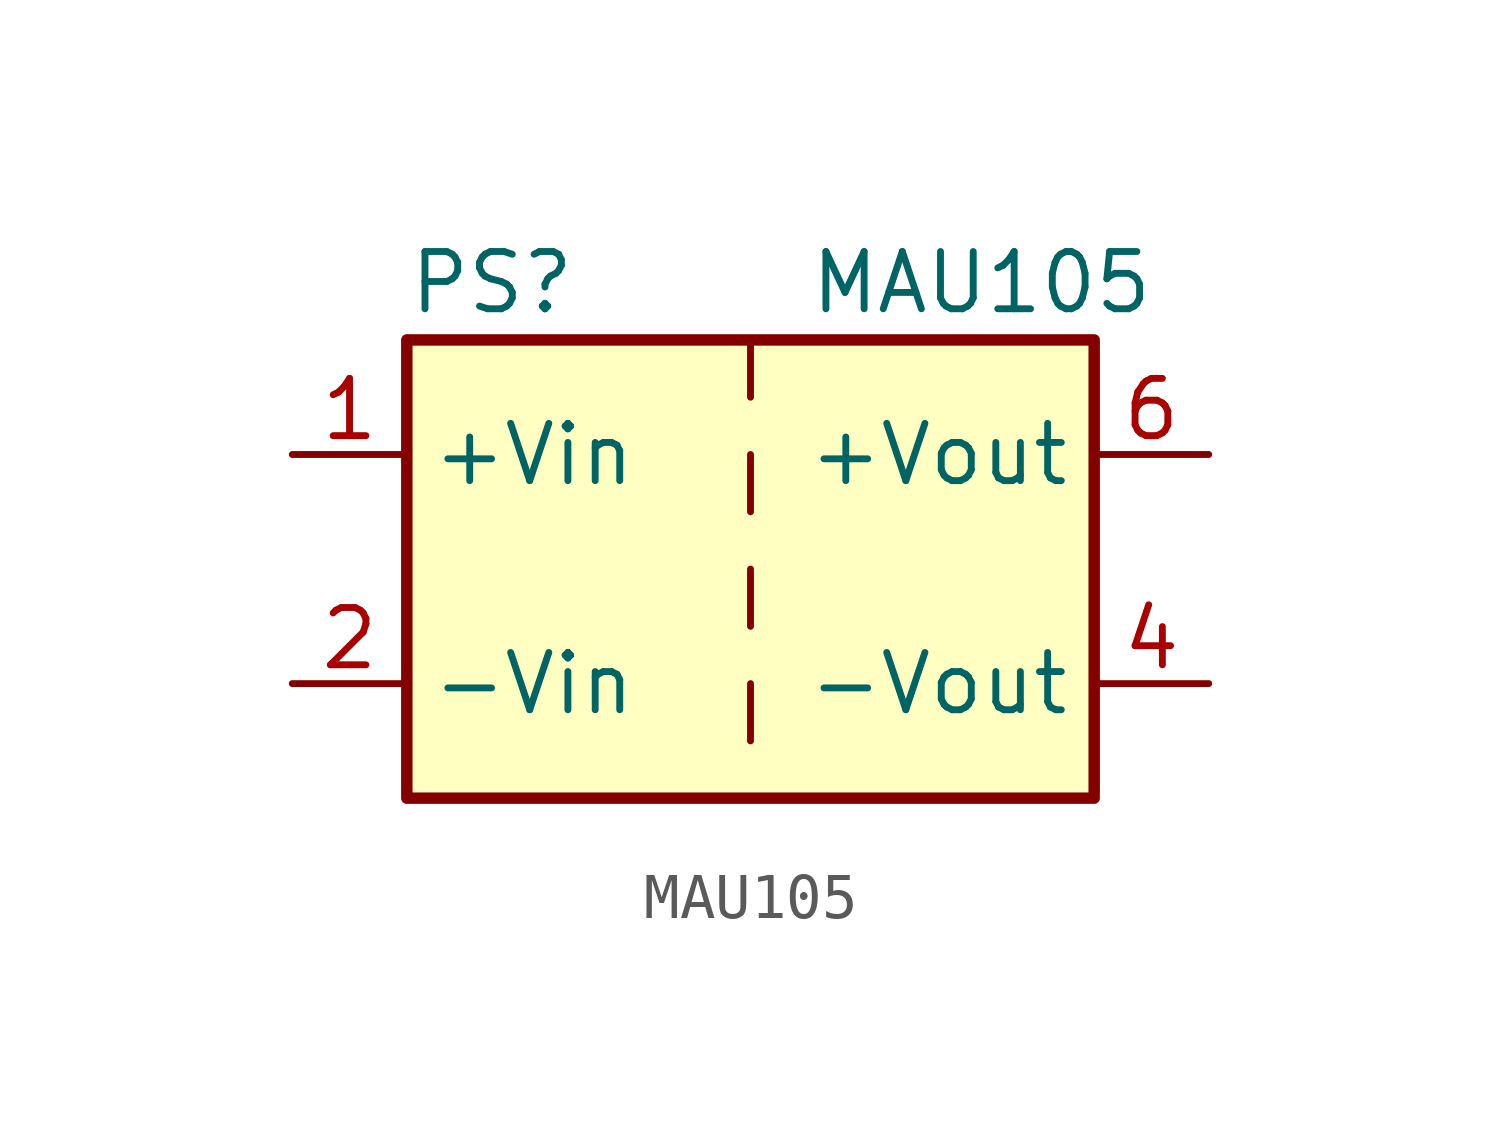
<source format=kicad_sym>
(kicad_symbol_lib
  (version 20220914)
  (generator kicad_symbol_editor)
  (symbol "MAU105"
    (property "Reference" "PS"
      (at -7.62 6.35 0)
      (effects (font (size 1.27 1.27)) (justify left)))
    (property "Value" "MAU105"
      (at 1.27 6.35 0)
      (effects (font (size 1.27 1.27)) (justify left)))
    (symbol "MAU105_0_0"
      (pin power_in line (at -10.16 2.54 0) (length 2.54) (name "+Vin" (effects (font (size 1.27 1.27)))) (number "1" (effects (font (size 1.27 1.27)))))
      (pin power_in line (at -10.16 -2.54 0) (length 2.54) (name "-Vin" (effects (font (size 1.27 1.27)))) (number "2" (effects (font (size 1.27 1.27)))))
      (pin passive line (at 10.16 -2.54 180) (length 2.54) (name "-Vout" (effects (font (size 1.27 1.27)))) (number "4" (effects (font (size 1.27 1.27)))))
      (pin power_out line (at 10.16 2.54 180) (length 2.54) (name "+Vout" (effects (font (size 1.27 1.27)))) (number "6" (effects (font (size 1.27 1.27))))))
    (symbol "MAU105_0_1"
      (rectangle (start -7.62 5.08) (end 7.62 -5.08) (stroke (width 0.254) (type default)) (fill (type background)))
      (polyline (pts (xy 0 -2.54) (xy 0 -3.81)) (stroke (width 0) (type default)) (fill (type none)))
      (polyline (pts (xy 0 0) (xy 0 -1.27)) (stroke (width 0) (type default)) (fill (type none)))
      (polyline (pts (xy 0 2.54) (xy 0 1.27)) (stroke (width 0) (type default)) (fill (type none)))
      (polyline (pts (xy 0 5.08) (xy 0 3.81)) (stroke (width 0) (type default)) (fill (type none))))))
</source>
